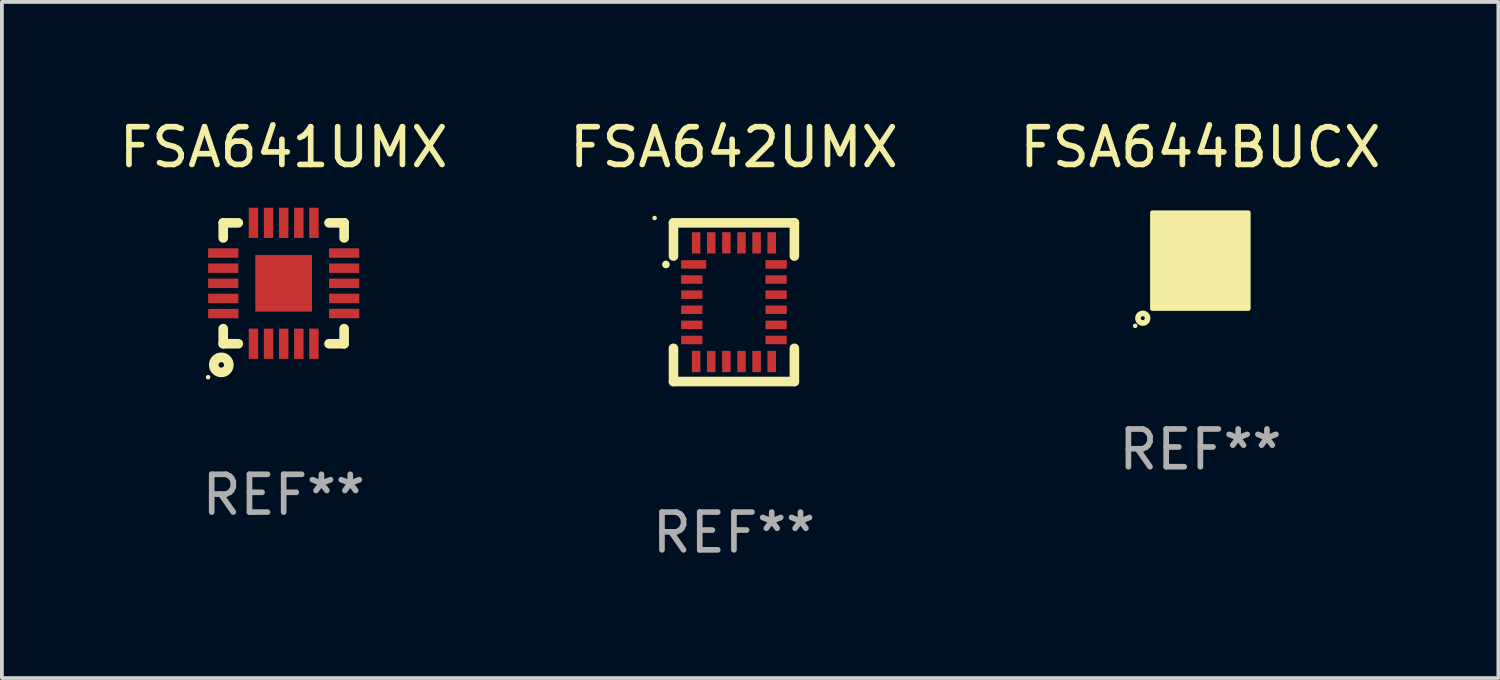
<source format=kicad_pcb>
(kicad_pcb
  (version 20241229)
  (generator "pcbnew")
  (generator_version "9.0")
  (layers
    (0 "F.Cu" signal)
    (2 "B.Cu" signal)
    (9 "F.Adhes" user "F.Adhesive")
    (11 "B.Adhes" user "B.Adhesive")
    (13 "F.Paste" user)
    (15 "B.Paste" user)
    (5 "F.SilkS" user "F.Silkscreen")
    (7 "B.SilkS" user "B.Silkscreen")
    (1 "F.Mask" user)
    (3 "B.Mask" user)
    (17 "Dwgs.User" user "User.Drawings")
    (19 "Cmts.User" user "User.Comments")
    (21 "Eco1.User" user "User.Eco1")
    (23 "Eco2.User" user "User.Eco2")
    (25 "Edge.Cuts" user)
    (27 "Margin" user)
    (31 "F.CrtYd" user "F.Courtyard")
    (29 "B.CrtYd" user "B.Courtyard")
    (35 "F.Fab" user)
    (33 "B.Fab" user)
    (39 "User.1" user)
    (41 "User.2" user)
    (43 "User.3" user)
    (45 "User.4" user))
  (footprint "FSA642UMX"
    (layer "F.Cu")
    (at 16.375 4.948)
    (property "Reference" "FSA642UMX" (at 0 -4.1 0) (layer "F.SilkS") (effects (font (size 1 1) (thickness 0.15))))
    (attr through_hole)
    (fp_line (start -1.6 -2.1) (end 1.6 -2.1) (stroke (width 0.254) (type solid)) (layer "F.SilkS"))
    (fp_line (start -1.6 -1.221) (end -1.6 -2.1) (stroke (width 0.254) (type solid)) (layer "F.SilkS"))
    (fp_line (start -1.6 2.1) (end -1.6 1.221) (stroke (width 0.254) (type solid)) (layer "F.SilkS"))
    (fp_line (start 1.6 -2.1) (end 1.6 -1.221) (stroke (width 0.254) (type solid)) (layer "F.SilkS"))
    (fp_line (start 1.6 1.221) (end 1.6 2.1) (stroke (width 0.254) (type solid)) (layer "F.SilkS"))
    (fp_line (start 1.6 2.1) (end -1.6 2.1) (stroke (width 0.254) (type solid)) (layer "F.SilkS"))
    (fp_arc (start -1.8 -0.99746) (mid -1.800008 -0.99873) (end -1.8 -1) (stroke (width 0.2) (type solid)) (layer "F.SilkS"))
    (fp_circle (center -2.1 -2.227) (end -2.07 -2.227) (stroke (width 0.06) (type solid)) (fill no) (layer "F.SilkS"))
    (fp_text user "REF**" (at 0 6.1 0) (layer "F.Fab") (effects (font (size 1 1) (thickness 0.15))))
    (pad "1" smd rect (at -1.066 -1 270) (size 0.225 0.663) (layers "F.Cu" "F.Mask" "F.Paste"))
    (pad "2" smd rect (at -1.116 -0.6 270) (size 0.225 0.563) (layers "F.Cu" "F.Mask" "F.Paste"))
    (pad "3" smd rect (at -1.116 -0.2 270) (size 0.225 0.563) (layers "F.Cu" "F.Mask" "F.Paste"))
    (pad "4" smd rect (at -1.116 0.2 270) (size 0.225 0.563) (layers "F.Cu" "F.Mask" "F.Paste"))
    (pad "5" smd rect (at -1.116 0.6 270) (size 0.225 0.563) (layers "F.Cu" "F.Mask" "F.Paste"))
    (pad "6" smd rect (at -1.116 1 270) (size 0.225 0.563) (layers "F.Cu" "F.Mask" "F.Paste"))
    (pad "7" smd rect (at -1 1.57 180) (size 0.225 0.563) (layers "F.Cu" "F.Mask" "F.Paste"))
    (pad "8" smd rect (at -0.6 1.57 180) (size 0.225 0.563) (layers "F.Cu" "F.Mask" "F.Paste"))
    (pad "9" smd rect (at -0.2 1.57 180) (size 0.225 0.563) (layers "F.Cu" "F.Mask" "F.Paste"))
    (pad "10" smd rect (at 0.2 1.57 180) (size 0.225 0.563) (layers "F.Cu" "F.Mask" "F.Paste"))
    (pad "11" smd rect (at 0.6 1.57 180) (size 0.225 0.563) (layers "F.Cu" "F.Mask" "F.Paste"))
    (pad "12" smd rect (at 1 1.57 180) (size 0.225 0.563) (layers "F.Cu" "F.Mask" "F.Paste"))
    (pad "13" smd rect (at 1.116 1 270) (size 0.225 0.563) (layers "F.Cu" "F.Mask" "F.Paste"))
    (pad "14" smd rect (at 1.116 0.6 270) (size 0.225 0.563) (layers "F.Cu" "F.Mask" "F.Paste"))
    (pad "15" smd rect (at 1.116 0.2 270) (size 0.225 0.563) (layers "F.Cu" "F.Mask" "F.Paste"))
    (pad "16" smd rect (at 1.116 -0.2 270) (size 0.225 0.563) (layers "F.Cu" "F.Mask" "F.Paste"))
    (pad "17" smd rect (at 1.116 -0.6 270) (size 0.225 0.563) (layers "F.Cu" "F.Mask" "F.Paste"))
    (pad "18" smd rect (at 1.116 -1 270) (size 0.225 0.563) (layers "F.Cu" "F.Mask" "F.Paste"))
    (pad "19" smd rect (at 1 -1.57 180) (size 0.225 0.563) (layers "F.Cu" "F.Mask" "F.Paste"))
    (pad "20" smd rect (at 0.6 -1.57 180) (size 0.225 0.563) (layers "F.Cu" "F.Mask" "F.Paste"))
    (pad "21" smd rect (at 0.2 -1.57 180) (size 0.225 0.563) (layers "F.Cu" "F.Mask" "F.Paste"))
    (pad "22" smd rect (at -0.2 -1.57 180) (size 0.225 0.563) (layers "F.Cu" "F.Mask" "F.Paste"))
    (pad "23" smd rect (at -0.6 -1.57 180) (size 0.225 0.563) (layers "F.Cu" "F.Mask" "F.Paste"))
    (pad "24" smd rect (at -1 -1.57 180) (size 0.225 0.563) (layers "F.Cu" "F.Mask" "F.Paste")))
  (footprint "FSA644BUCX"
    (layer "F.Cu")
    (at 28.72 3.848)
    (property "Reference" "FSA644BUCX" (at 0 -3 0) (layer "F.SilkS") (effects (font (size 1 1) (thickness 0.15))))
    (attr through_hole)
    (fp_circle (center -1.726 1.726) (end -1.696 1.726) (stroke (width 0.06) (type solid)) (fill no) (layer "F.SilkS"))
    (fp_circle (center -1.524 1.524) (end -1.397 1.524) (stroke (width 0.15) (type solid)) (fill no) (layer "F.SilkS"))
    (fp_poly (pts (xy -1.27 -1.27) (xy 1.27 -1.27) (xy 1.27 1.27) (xy -1.27 1.27)) (stroke (width 0.12) (type solid)) (fill yes) (layer "F.SilkS"))
    (fp_text user "REF**" (at 0 5 0) (layer "F.Fab") (effects (font (size 1 1) (thickness 0.15))))
    (pad "A1" smd circle (at -1 1) (size 0.3 0.3) (layers "F.Cu" "F.Mask" "F.Paste"))
    (pad "A2" smd circle (at -1 0.6) (size 0.3 0.3) (layers "F.Cu" "F.Mask" "F.Paste"))
    (pad "A3" smd circle (at -1 0.2) (size 0.3 0.3) (layers "F.Cu" "F.Mask" "F.Paste"))
    (pad "A4" smd circle (at -1 -0.2) (size 0.3 0.3) (layers "F.Cu" "F.Mask" "F.Paste"))
    (pad "A5" smd circle (at -1 -0.6) (size 0.3 0.3) (layers "F.Cu" "F.Mask" "F.Paste"))
    (pad "A6" smd circle (at -1 -1) (size 0.3 0.3) (layers "F.Cu" "F.Mask" "F.Paste"))
    (pad "B1" smd circle (at -0.6 1) (size 0.3 0.3) (layers "F.Cu" "F.Mask" "F.Paste"))
    (pad "B2" smd circle (at -0.6 0.6) (size 0.3 0.3) (layers "F.Cu" "F.Mask" "F.Paste"))
    (pad "B3" smd circle (at -0.6 0.2) (size 0.3 0.3) (layers "F.Cu" "F.Mask" "F.Paste"))
    (pad "B4" smd circle (at -0.6 -0.2) (size 0.3 0.3) (layers "F.Cu" "F.Mask" "F.Paste"))
    (pad "B5" smd circle (at -0.6 -0.6) (size 0.3 0.3) (layers "F.Cu" "F.Mask" "F.Paste"))
    (pad "B6" smd circle (at -0.6 -1) (size 0.3 0.3) (layers "F.Cu" "F.Mask" "F.Paste"))
    (pad "C1" smd circle (at -0.2 1) (size 0.3 0.3) (layers "F.Cu" "F.Mask" "F.Paste"))
    (pad "C2" smd circle (at -0.2 0.6) (size 0.3 0.3) (layers "F.Cu" "F.Mask" "F.Paste"))
    (pad "C3" smd circle (at -0.2 0.2) (size 0.3 0.3) (layers "F.Cu" "F.Mask" "F.Paste"))
    (pad "C4" smd circle (at -0.2 -0.2) (size 0.3 0.3) (layers "F.Cu" "F.Mask" "F.Paste"))
    (pad "C5" smd circle (at -0.2 -0.6) (size 0.3 0.3) (layers "F.Cu" "F.Mask" "F.Paste"))
    (pad "C6" smd circle (at -0.2 -1) (size 0.3 0.3) (layers "F.Cu" "F.Mask" "F.Paste"))
    (pad "D1" smd circle (at 0.2 1) (size 0.3 0.3) (layers "F.Cu" "F.Mask" "F.Paste"))
    (pad "D2" smd circle (at 0.2 0.6) (size 0.3 0.3) (layers "F.Cu" "F.Mask" "F.Paste"))
    (pad "D3" smd circle (at 0.2 0.2) (size 0.3 0.3) (layers "F.Cu" "F.Mask" "F.Paste"))
    (pad "D4" smd circle (at 0.2 -0.2) (size 0.3 0.3) (layers "F.Cu" "F.Mask" "F.Paste"))
    (pad "D5" smd circle (at 0.2 -0.6) (size 0.3 0.3) (layers "F.Cu" "F.Mask" "F.Paste"))
    (pad "D6" smd circle (at 0.2 -1) (size 0.3 0.3) (layers "F.Cu" "F.Mask" "F.Paste"))
    (pad "E1" smd circle (at 0.6 1) (size 0.3 0.3) (layers "F.Cu" "F.Mask" "F.Paste"))
    (pad "E2" smd circle (at 0.6 0.6) (size 0.3 0.3) (layers "F.Cu" "F.Mask" "F.Paste"))
    (pad "E3" smd circle (at 0.6 0.2) (size 0.3 0.3) (layers "F.Cu" "F.Mask" "F.Paste"))
    (pad "E4" smd circle (at 0.6 -0.2) (size 0.3 0.3) (layers "F.Cu" "F.Mask" "F.Paste"))
    (pad "E5" smd circle (at 0.6 -0.6) (size 0.3 0.3) (layers "F.Cu" "F.Mask" "F.Paste"))
    (pad "E6" smd circle (at 0.6 -1) (size 0.3 0.3) (layers "F.Cu" "F.Mask" "F.Paste"))
    (pad "F1" smd circle (at 1 1) (size 0.3 0.3) (layers "F.Cu" "F.Mask" "F.Paste"))
    (pad "F2" smd circle (at 1 0.6) (size 0.3 0.3) (layers "F.Cu" "F.Mask" "F.Paste"))
    (pad "F3" smd circle (at 1 0.2) (size 0.3 0.3) (layers "F.Cu" "F.Mask" "F.Paste"))
    (pad "F4" smd circle (at 1 -0.2) (size 0.3 0.3) (layers "F.Cu" "F.Mask" "F.Paste"))
    (pad "F5" smd circle (at 1 -0.6) (size 0.3 0.3) (layers "F.Cu" "F.Mask" "F.Paste"))
    (pad "F6" smd circle (at 1 -1) (size 0.3 0.3) (layers "F.Cu" "F.Mask" "F.Paste")))
  (footprint "FSA641UMX"
    (layer "F.Cu")
    (at 4.458 4.448)
    (property "Reference" "FSA641UMX" (at 0 -3.6 0) (layer "F.SilkS") (effects (font (size 1 1) (thickness 0.15))))
    (attr through_hole)
    (fp_line (start -1.6 -1.6) (end -1.6 -1.2) (stroke (width 0.254) (type solid)) (layer "F.SilkS"))
    (fp_line (start -1.6 1.6) (end -1.6 1.2) (stroke (width 0.254) (type solid)) (layer "F.SilkS"))
    (fp_line (start -1.2 -1.6) (end -1.6 -1.6) (stroke (width 0.254) (type solid)) (layer "F.SilkS"))
    (fp_line (start -1.2 1.6) (end -1.6 1.6) (stroke (width 0.254) (type solid)) (layer "F.SilkS"))
    (fp_line (start 1.2 -1.6) (end 1.6 -1.6) (stroke (width 0.254) (type solid)) (layer "F.SilkS"))
    (fp_line (start 1.6 -1.6) (end 1.6 -1.2) (stroke (width 0.254) (type solid)) (layer "F.SilkS"))
    (fp_line (start 1.6 1.2) (end 1.6 1.6) (stroke (width 0.254) (type solid)) (layer "F.SilkS"))
    (fp_line (start 1.6 1.6) (end 1.2 1.6) (stroke (width 0.254) (type solid)) (layer "F.SilkS"))
    (fp_circle (center -2 2.486) (end -1.97 2.486) (stroke (width 0.06) (type solid)) (fill no) (layer "F.SilkS"))
    (fp_circle (center -1.651 2.159) (end -1.451 2.159) (stroke (width 0.254) (type solid)) (fill no) (layer "F.SilkS"))
    (fp_text user "REF**" (at 0 5.6 0) (layer "F.Fab") (effects (font (size 1 1) (thickness 0.15))))
    (pad "1" smd rect (at -0.8 1.6) (size 0.25 0.8) (layers "F.Cu" "F.Mask" "F.Paste"))
    (pad "2" smd rect (at -0.4 1.6) (size 0.25 0.8) (layers "F.Cu" "F.Mask" "F.Paste"))
    (pad "3" smd rect (at -0.000127 1.6) (size 0.25 0.8) (layers "F.Cu" "F.Mask" "F.Paste"))
    (pad "4" smd rect (at 0.4 1.6) (size 0.25 0.8) (layers "F.Cu" "F.Mask" "F.Paste"))
    (pad "5" smd rect (at 0.8 1.6) (size 0.25 0.8) (layers "F.Cu" "F.Mask" "F.Paste"))
    (pad "6" smd rect (at 1.6 0.8 90) (size 0.25 0.8) (layers "F.Cu" "F.Mask" "F.Paste"))
    (pad "7" smd rect (at 1.6 0.4 90) (size 0.25 0.8) (layers "F.Cu" "F.Mask" "F.Paste"))
    (pad "8" smd rect (at 1.6 0.000127 90) (size 0.25 0.8) (layers "F.Cu" "F.Mask" "F.Paste"))
    (pad "9" smd rect (at 1.6 -0.4 90) (size 0.25 0.8) (layers "F.Cu" "F.Mask" "F.Paste"))
    (pad "10" smd rect (at 1.6 -0.8 90) (size 0.25 0.8) (layers "F.Cu" "F.Mask" "F.Paste"))
    (pad "11" smd rect (at 0.8 -1.6 180) (size 0.25 0.8) (layers "F.Cu" "F.Mask" "F.Paste"))
    (pad "12" smd rect (at 0.4 -1.6 180) (size 0.25 0.8) (layers "F.Cu" "F.Mask" "F.Paste"))
    (pad "13" smd rect (at -0.000127 -1.6 180) (size 0.25 0.8) (layers "F.Cu" "F.Mask" "F.Paste"))
    (pad "14" smd rect (at -0.4 -1.6 180) (size 0.25 0.8) (layers "F.Cu" "F.Mask" "F.Paste"))
    (pad "15" smd rect (at -0.8 -1.6 180) (size 0.25 0.8) (layers "F.Cu" "F.Mask" "F.Paste"))
    (pad "16" smd rect (at -1.6 -0.8 270) (size 0.25 0.8) (layers "F.Cu" "F.Mask" "F.Paste"))
    (pad "17" smd rect (at -1.6 -0.4 270) (size 0.25 0.8) (layers "F.Cu" "F.Mask" "F.Paste"))
    (pad "18" smd rect (at -1.6 0.000127 270) (size 0.25 0.8) (layers "F.Cu" "F.Mask" "F.Paste"))
    (pad "19" smd rect (at -1.6 0.4 270) (size 0.25 0.8) (layers "F.Cu" "F.Mask" "F.Paste"))
    (pad "20" smd rect (at -1.598 0.802 270) (size 0.25 0.8) (layers "F.Cu" "F.Mask" "F.Paste"))
    (pad "21" smd rect (at -0.000127 0.000127 270) (size 1.5 1.5) (layers "F.Cu" "F.Mask" "F.Paste")))
  (gr_rect
    (start -3 -3)
    (end 36.607 14.896)
    (stroke (width 0.1) (type default))
    (fill no)
    (layer "Edge.Cuts")))
</source>
